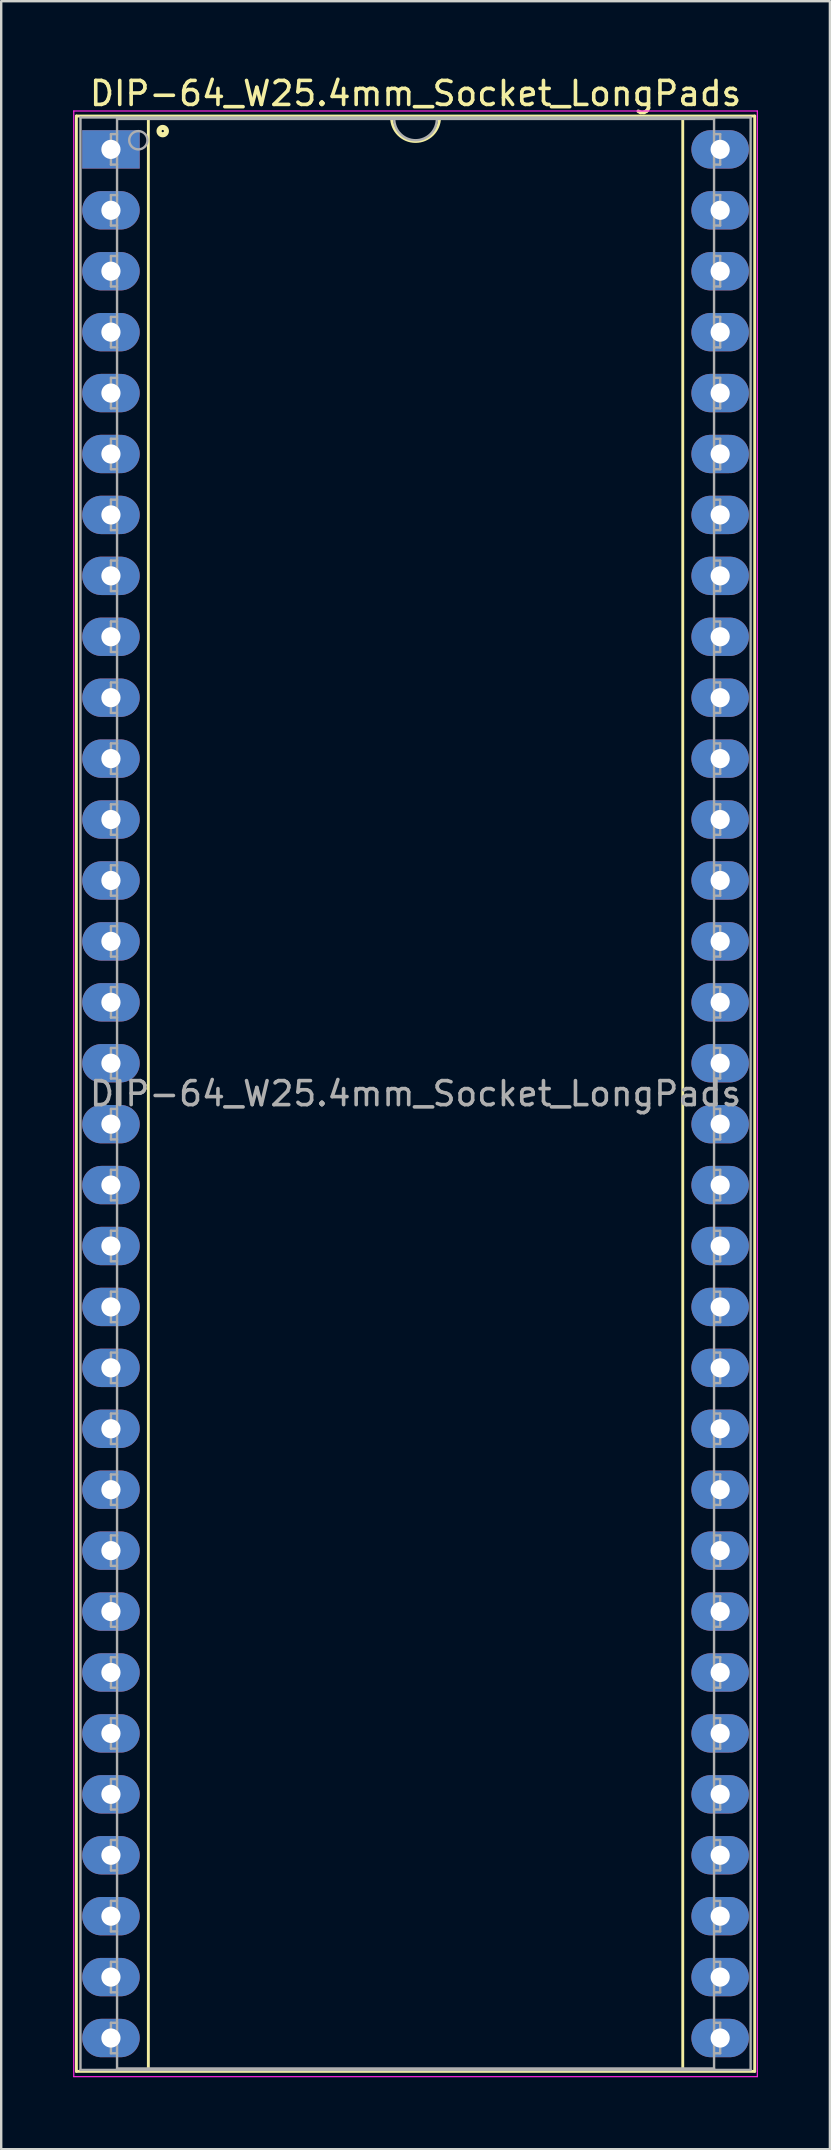
<source format=kicad_pcb>
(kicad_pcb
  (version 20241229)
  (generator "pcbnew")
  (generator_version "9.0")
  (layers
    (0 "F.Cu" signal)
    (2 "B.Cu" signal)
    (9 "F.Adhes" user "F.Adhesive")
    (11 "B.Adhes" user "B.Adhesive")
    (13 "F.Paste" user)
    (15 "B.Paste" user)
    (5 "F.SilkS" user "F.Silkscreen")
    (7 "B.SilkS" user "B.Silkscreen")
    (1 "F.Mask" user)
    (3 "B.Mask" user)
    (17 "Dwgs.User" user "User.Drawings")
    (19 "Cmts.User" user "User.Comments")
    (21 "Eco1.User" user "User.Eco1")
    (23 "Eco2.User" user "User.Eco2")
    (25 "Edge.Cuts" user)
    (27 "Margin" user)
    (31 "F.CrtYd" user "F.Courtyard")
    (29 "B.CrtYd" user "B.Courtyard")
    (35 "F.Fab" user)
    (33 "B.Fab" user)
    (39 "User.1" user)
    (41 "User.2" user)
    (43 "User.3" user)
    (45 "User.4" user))
  (footprint "DIP-64_W25.4mm_Socket_LongPads"
    (layer "F.Cu")
    (at 1.575 3.178)
    (property "Reference" "DIP-64_W25.4mm_Socket_LongPads" (at 12.7 -2.33 0) (layer "F.SilkS") (effects (font (size 1 1) (thickness 0.15))))
    (attr through_hole)
    (fp_line (start -1.44 -1.39) (end -1.44 80.13) (stroke (width 0.12) (type solid)) (layer "F.SilkS"))
    (fp_line (start -1.44 80.13) (end 26.84 80.13) (stroke (width 0.12) (type solid)) (layer "F.SilkS"))
    (fp_line (start 1.56 -1.33) (end 1.56 80.07) (stroke (width 0.12) (type solid)) (layer "F.SilkS"))
    (fp_line (start 1.56 80.07) (end 23.84 80.07) (stroke (width 0.12) (type solid)) (layer "F.SilkS"))
    (fp_line (start 11.7 -1.33) (end 1.56 -1.33) (stroke (width 0.12) (type solid)) (layer "F.SilkS"))
    (fp_line (start 23.84 -1.33) (end 13.7 -1.33) (stroke (width 0.12) (type solid)) (layer "F.SilkS"))
    (fp_line (start 23.84 80.07) (end 23.84 -1.33) (stroke (width 0.12) (type solid)) (layer "F.SilkS"))
    (fp_line (start 26.84 -1.39) (end -1.44 -1.39) (stroke (width 0.12) (type solid)) (layer "F.SilkS"))
    (fp_line (start 26.84 80.13) (end 26.84 -1.39) (stroke (width 0.12) (type solid)) (layer "F.SilkS"))
    (fp_arc (start 13.7 -1.33) (mid 12.7 -0.33) (end 11.7 -1.33) (stroke (width 0.12) (type solid)) (layer "F.SilkS"))
    (fp_circle (center 2.159 -0.762) (end 2.209 -0.762) (stroke (width 0.12) (type solid)) (fill no) (layer "F.SilkS"))
    (fp_circle (center 2.159 -0.762) (end 2.284 -0.762) (stroke (width 0.12) (type solid)) (fill no) (layer "F.SilkS"))
    (fp_circle (center 2.159 -0.762) (end 2.359 -0.762) (stroke (width 0.12) (type solid)) (fill no) (layer "F.SilkS"))
    (fp_line (start -1.55 -1.6) (end -1.55 80.35) (stroke (width 0.05) (type solid)) (layer "F.CrtYd"))
    (fp_line (start -1.55 80.35) (end 26.95 80.35) (stroke (width 0.05) (type solid)) (layer "F.CrtYd"))
    (fp_line (start 26.95 -1.6) (end -1.55 -1.6) (stroke (width 0.05) (type solid)) (layer "F.CrtYd"))
    (fp_line (start 26.95 80.35) (end 26.95 -1.6) (stroke (width 0.05) (type solid)) (layer "F.CrtYd"))
    (fp_line (start -1.27 -1.33) (end -1.27 80.07) (stroke (width 0.1) (type solid)) (layer "F.Fab"))
    (fp_line (start -1.27 80.07) (end 26.67 80.07) (stroke (width 0.1) (type solid)) (layer "F.Fab"))
    (fp_line (start 0 -0.635) (end 0 0.635) (stroke (width 0.1) (type solid)) (layer "F.Fab"))
    (fp_line (start 0 -0.635) (end 0.254 -0.635) (stroke (width 0.1) (type solid)) (layer "F.Fab"))
    (fp_line (start 0 0.635) (end 0.254 0.635) (stroke (width 0.1) (type solid)) (layer "F.Fab"))
    (fp_line (start 0 1.905) (end 0 3.175) (stroke (width 0.1) (type solid)) (layer "F.Fab"))
    (fp_line (start 0 1.905) (end 0.254 1.905) (stroke (width 0.1) (type solid)) (layer "F.Fab"))
    (fp_line (start 0 3.175) (end 0.254 3.175) (stroke (width 0.1) (type solid)) (layer "F.Fab"))
    (fp_line (start 0 4.445) (end 0 5.715) (stroke (width 0.1) (type solid)) (layer "F.Fab"))
    (fp_line (start 0 4.445) (end 0.254 4.445) (stroke (width 0.1) (type solid)) (layer "F.Fab"))
    (fp_line (start 0 5.715) (end 0.254 5.715) (stroke (width 0.1) (type solid)) (layer "F.Fab"))
    (fp_line (start 0 6.985) (end 0 8.255) (stroke (width 0.1) (type solid)) (layer "F.Fab"))
    (fp_line (start 0 6.985) (end 0.254 6.985) (stroke (width 0.1) (type solid)) (layer "F.Fab"))
    (fp_line (start 0 8.255) (end 0.254 8.255) (stroke (width 0.1) (type solid)) (layer "F.Fab"))
    (fp_line (start 0 9.525) (end 0 10.795) (stroke (width 0.1) (type solid)) (layer "F.Fab"))
    (fp_line (start 0 9.525) (end 0.254 9.525) (stroke (width 0.1) (type solid)) (layer "F.Fab"))
    (fp_line (start 0 10.795) (end 0.254 10.795) (stroke (width 0.1) (type solid)) (layer "F.Fab"))
    (fp_line (start 0 12.065) (end 0 13.335) (stroke (width 0.1) (type solid)) (layer "F.Fab"))
    (fp_line (start 0 12.065) (end 0.254 12.065) (stroke (width 0.1) (type solid)) (layer "F.Fab"))
    (fp_line (start 0 13.335) (end 0.254 13.335) (stroke (width 0.1) (type solid)) (layer "F.Fab"))
    (fp_line (start 0 14.605) (end 0 15.875) (stroke (width 0.1) (type solid)) (layer "F.Fab"))
    (fp_line (start 0 14.605) (end 0.254 14.605) (stroke (width 0.1) (type solid)) (layer "F.Fab"))
    (fp_line (start 0 15.875) (end 0.254 15.875) (stroke (width 0.1) (type solid)) (layer "F.Fab"))
    (fp_line (start 0 17.145) (end 0 18.415) (stroke (width 0.1) (type solid)) (layer "F.Fab"))
    (fp_line (start 0 17.145) (end 0.254 17.145) (stroke (width 0.1) (type solid)) (layer "F.Fab"))
    (fp_line (start 0 18.415) (end 0.254 18.415) (stroke (width 0.1) (type solid)) (layer "F.Fab"))
    (fp_line (start 0 19.685) (end 0 20.955) (stroke (width 0.1) (type solid)) (layer "F.Fab"))
    (fp_line (start 0 19.685) (end 0.254 19.685) (stroke (width 0.1) (type solid)) (layer "F.Fab"))
    (fp_line (start 0 20.955) (end 0.254 20.955) (stroke (width 0.1) (type solid)) (layer "F.Fab"))
    (fp_line (start 0 22.225) (end 0 23.495) (stroke (width 0.1) (type solid)) (layer "F.Fab"))
    (fp_line (start 0 22.225) (end 0.254 22.225) (stroke (width 0.1) (type solid)) (layer "F.Fab"))
    (fp_line (start 0 23.495) (end 0.254 23.495) (stroke (width 0.1) (type solid)) (layer "F.Fab"))
    (fp_line (start 0 24.765) (end 0 26.035) (stroke (width 0.1) (type solid)) (layer "F.Fab"))
    (fp_line (start 0 24.765) (end 0.254 24.765) (stroke (width 0.1) (type solid)) (layer "F.Fab"))
    (fp_line (start 0 26.035) (end 0.254 26.035) (stroke (width 0.1) (type solid)) (layer "F.Fab"))
    (fp_line (start 0 27.305) (end 0 28.575) (stroke (width 0.1) (type solid)) (layer "F.Fab"))
    (fp_line (start 0 27.305) (end 0.254 27.305) (stroke (width 0.1) (type solid)) (layer "F.Fab"))
    (fp_line (start 0 28.575) (end 0.254 28.575) (stroke (width 0.1) (type solid)) (layer "F.Fab"))
    (fp_line (start 0 29.845) (end 0 31.115) (stroke (width 0.1) (type solid)) (layer "F.Fab"))
    (fp_line (start 0 29.845) (end 0.254 29.845) (stroke (width 0.1) (type solid)) (layer "F.Fab"))
    (fp_line (start 0 31.115) (end 0.254 31.115) (stroke (width 0.1) (type solid)) (layer "F.Fab"))
    (fp_line (start 0 32.385) (end 0 33.655) (stroke (width 0.1) (type solid)) (layer "F.Fab"))
    (fp_line (start 0 32.385) (end 0.254 32.385) (stroke (width 0.1) (type solid)) (layer "F.Fab"))
    (fp_line (start 0 33.655) (end 0.254 33.655) (stroke (width 0.1) (type solid)) (layer "F.Fab"))
    (fp_line (start 0 34.925) (end 0 36.195) (stroke (width 0.1) (type solid)) (layer "F.Fab"))
    (fp_line (start 0 34.925) (end 0.254 34.925) (stroke (width 0.1) (type solid)) (layer "F.Fab"))
    (fp_line (start 0 36.195) (end 0.254 36.195) (stroke (width 0.1) (type solid)) (layer "F.Fab"))
    (fp_line (start 0 37.465) (end 0 38.735) (stroke (width 0.1) (type solid)) (layer "F.Fab"))
    (fp_line (start 0 37.465) (end 0.254 37.465) (stroke (width 0.1) (type solid)) (layer "F.Fab"))
    (fp_line (start 0 38.735) (end 0.254 38.735) (stroke (width 0.1) (type solid)) (layer "F.Fab"))
    (fp_line (start 0 40.005) (end 0 41.275) (stroke (width 0.1) (type solid)) (layer "F.Fab"))
    (fp_line (start 0 40.005) (end 0.254 40.005) (stroke (width 0.1) (type solid)) (layer "F.Fab"))
    (fp_line (start 0 41.275) (end 0.254 41.275) (stroke (width 0.1) (type solid)) (layer "F.Fab"))
    (fp_line (start 0 42.545) (end 0 43.815) (stroke (width 0.1) (type solid)) (layer "F.Fab"))
    (fp_line (start 0 42.545) (end 0.254 42.545) (stroke (width 0.1) (type solid)) (layer "F.Fab"))
    (fp_line (start 0 43.815) (end 0.254 43.815) (stroke (width 0.1) (type solid)) (layer "F.Fab"))
    (fp_line (start 0 45.085) (end 0 46.355) (stroke (width 0.1) (type solid)) (layer "F.Fab"))
    (fp_line (start 0 45.085) (end 0.254 45.085) (stroke (width 0.1) (type solid)) (layer "F.Fab"))
    (fp_line (start 0 46.355) (end 0.254 46.355) (stroke (width 0.1) (type solid)) (layer "F.Fab"))
    (fp_line (start 0 47.625) (end 0 48.895) (stroke (width 0.1) (type solid)) (layer "F.Fab"))
    (fp_line (start 0 47.625) (end 0.254 47.625) (stroke (width 0.1) (type solid)) (layer "F.Fab"))
    (fp_line (start 0 48.895) (end 0.254 48.895) (stroke (width 0.1) (type solid)) (layer "F.Fab"))
    (fp_line (start 0 50.165) (end 0 51.435) (stroke (width 0.1) (type solid)) (layer "F.Fab"))
    (fp_line (start 0 50.165) (end 0.254 50.165) (stroke (width 0.1) (type solid)) (layer "F.Fab"))
    (fp_line (start 0 51.435) (end 0.254 51.435) (stroke (width 0.1) (type solid)) (layer "F.Fab"))
    (fp_line (start 0 52.705) (end 0 53.975) (stroke (width 0.1) (type solid)) (layer "F.Fab"))
    (fp_line (start 0 52.705) (end 0.254 52.705) (stroke (width 0.1) (type solid)) (layer "F.Fab"))
    (fp_line (start 0 53.975) (end 0.254 53.975) (stroke (width 0.1) (type solid)) (layer "F.Fab"))
    (fp_line (start 0 55.245) (end 0 56.515) (stroke (width 0.1) (type solid)) (layer "F.Fab"))
    (fp_line (start 0 55.245) (end 0.254 55.245) (stroke (width 0.1) (type solid)) (layer "F.Fab"))
    (fp_line (start 0 56.515) (end 0.254 56.515) (stroke (width 0.1) (type solid)) (layer "F.Fab"))
    (fp_line (start 0 57.785) (end 0 59.055) (stroke (width 0.1) (type solid)) (layer "F.Fab"))
    (fp_line (start 0 57.785) (end 0.254 57.785) (stroke (width 0.1) (type solid)) (layer "F.Fab"))
    (fp_line (start 0 59.055) (end 0.254 59.055) (stroke (width 0.1) (type solid)) (layer "F.Fab"))
    (fp_line (start 0 60.325) (end 0 61.595) (stroke (width 0.1) (type solid)) (layer "F.Fab"))
    (fp_line (start 0 60.325) (end 0.254 60.325) (stroke (width 0.1) (type solid)) (layer "F.Fab"))
    (fp_line (start 0 61.595) (end 0.254 61.595) (stroke (width 0.1) (type solid)) (layer "F.Fab"))
    (fp_line (start 0 62.865) (end 0 64.135) (stroke (width 0.1) (type solid)) (layer "F.Fab"))
    (fp_line (start 0 62.865) (end 0.254 62.865) (stroke (width 0.1) (type solid)) (layer "F.Fab"))
    (fp_line (start 0 64.135) (end 0.254 64.135) (stroke (width 0.1) (type solid)) (layer "F.Fab"))
    (fp_line (start 0 65.405) (end 0 66.675) (stroke (width 0.1) (type solid)) (layer "F.Fab"))
    (fp_line (start 0 65.405) (end 0.254 65.405) (stroke (width 0.1) (type solid)) (layer "F.Fab"))
    (fp_line (start 0 66.675) (end 0.254 66.675) (stroke (width 0.1) (type solid)) (layer "F.Fab"))
    (fp_line (start 0 67.945) (end 0 69.215) (stroke (width 0.1) (type solid)) (layer "F.Fab"))
    (fp_line (start 0 67.945) (end 0.254 67.945) (stroke (width 0.1) (type solid)) (layer "F.Fab"))
    (fp_line (start 0 69.215) (end 0.254 69.215) (stroke (width 0.1) (type solid)) (layer "F.Fab"))
    (fp_line (start 0 70.485) (end 0 71.755) (stroke (width 0.1) (type solid)) (layer "F.Fab"))
    (fp_line (start 0 70.485) (end 0.254 70.485) (stroke (width 0.1) (type solid)) (layer "F.Fab"))
    (fp_line (start 0 71.755) (end 0.254 71.755) (stroke (width 0.1) (type solid)) (layer "F.Fab"))
    (fp_line (start 0 73.025) (end 0 74.295) (stroke (width 0.1) (type solid)) (layer "F.Fab"))
    (fp_line (start 0 73.025) (end 0.254 73.025) (stroke (width 0.1) (type solid)) (layer "F.Fab"))
    (fp_line (start 0 74.295) (end 0.254 74.295) (stroke (width 0.1) (type solid)) (layer "F.Fab"))
    (fp_line (start 0 75.565) (end 0 76.835) (stroke (width 0.1) (type solid)) (layer "F.Fab"))
    (fp_line (start 0 75.565) (end 0.254 75.565) (stroke (width 0.1) (type solid)) (layer "F.Fab"))
    (fp_line (start 0 76.835) (end 0.254 76.835) (stroke (width 0.1) (type solid)) (layer "F.Fab"))
    (fp_line (start 0 78.105) (end 0 79.375) (stroke (width 0.1) (type solid)) (layer "F.Fab"))
    (fp_line (start 0 78.105) (end 0.254 78.105) (stroke (width 0.1) (type solid)) (layer "F.Fab"))
    (fp_line (start 0 79.375) (end 0.254 79.375) (stroke (width 0.1) (type solid)) (layer "F.Fab"))
    (fp_line (start 0.255 -1.27) (end 25.145 -1.27) (stroke (width 0.1) (type solid)) (layer "F.Fab"))
    (fp_line (start 0.255 80.01) (end 0.255 -1.27) (stroke (width 0.1) (type solid)) (layer "F.Fab"))
    (fp_line (start 25.145 -1.27) (end 25.145 80.01) (stroke (width 0.1) (type solid)) (layer "F.Fab"))
    (fp_line (start 25.145 80.01) (end 0.255 80.01) (stroke (width 0.1) (type solid)) (layer "F.Fab"))
    (fp_line (start 25.4 -0.635) (end 25.146 -0.635) (stroke (width 0.1) (type solid)) (layer "F.Fab"))
    (fp_line (start 25.4 0.635) (end 25.146 0.635) (stroke (width 0.1) (type solid)) (layer "F.Fab"))
    (fp_line (start 25.4 0.635) (end 25.4 -0.635) (stroke (width 0.1) (type solid)) (layer "F.Fab"))
    (fp_line (start 25.4 1.905) (end 25.146 1.905) (stroke (width 0.1) (type solid)) (layer "F.Fab"))
    (fp_line (start 25.4 3.175) (end 25.146 3.175) (stroke (width 0.1) (type solid)) (layer "F.Fab"))
    (fp_line (start 25.4 3.175) (end 25.4 1.905) (stroke (width 0.1) (type solid)) (layer "F.Fab"))
    (fp_line (start 25.4 4.445) (end 25.146 4.445) (stroke (width 0.1) (type solid)) (layer "F.Fab"))
    (fp_line (start 25.4 5.715) (end 25.146 5.715) (stroke (width 0.1) (type solid)) (layer "F.Fab"))
    (fp_line (start 25.4 5.715) (end 25.4 4.445) (stroke (width 0.1) (type solid)) (layer "F.Fab"))
    (fp_line (start 25.4 6.985) (end 25.146 6.985) (stroke (width 0.1) (type solid)) (layer "F.Fab"))
    (fp_line (start 25.4 8.255) (end 25.146 8.255) (stroke (width 0.1) (type solid)) (layer "F.Fab"))
    (fp_line (start 25.4 8.255) (end 25.4 6.985) (stroke (width 0.1) (type solid)) (layer "F.Fab"))
    (fp_line (start 25.4 9.525) (end 25.146 9.525) (stroke (width 0.1) (type solid)) (layer "F.Fab"))
    (fp_line (start 25.4 10.795) (end 25.146 10.795) (stroke (width 0.1) (type solid)) (layer "F.Fab"))
    (fp_line (start 25.4 10.795) (end 25.4 9.525) (stroke (width 0.1) (type solid)) (layer "F.Fab"))
    (fp_line (start 25.4 12.065) (end 25.146 12.065) (stroke (width 0.1) (type solid)) (layer "F.Fab"))
    (fp_line (start 25.4 13.335) (end 25.146 13.335) (stroke (width 0.1) (type solid)) (layer "F.Fab"))
    (fp_line (start 25.4 13.335) (end 25.4 12.065) (stroke (width 0.1) (type solid)) (layer "F.Fab"))
    (fp_line (start 25.4 14.605) (end 25.146 14.605) (stroke (width 0.1) (type solid)) (layer "F.Fab"))
    (fp_line (start 25.4 15.875) (end 25.146 15.875) (stroke (width 0.1) (type solid)) (layer "F.Fab"))
    (fp_line (start 25.4 15.875) (end 25.4 14.605) (stroke (width 0.1) (type solid)) (layer "F.Fab"))
    (fp_line (start 25.4 17.145) (end 25.146 17.145) (stroke (width 0.1) (type solid)) (layer "F.Fab"))
    (fp_line (start 25.4 18.415) (end 25.146 18.415) (stroke (width 0.1) (type solid)) (layer "F.Fab"))
    (fp_line (start 25.4 18.415) (end 25.4 17.145) (stroke (width 0.1) (type solid)) (layer "F.Fab"))
    (fp_line (start 25.4 19.685) (end 25.146 19.685) (stroke (width 0.1) (type solid)) (layer "F.Fab"))
    (fp_line (start 25.4 20.955) (end 25.146 20.955) (stroke (width 0.1) (type solid)) (layer "F.Fab"))
    (fp_line (start 25.4 20.955) (end 25.4 19.685) (stroke (width 0.1) (type solid)) (layer "F.Fab"))
    (fp_line (start 25.4 22.225) (end 25.146 22.225) (stroke (width 0.1) (type solid)) (layer "F.Fab"))
    (fp_line (start 25.4 23.495) (end 25.146 23.495) (stroke (width 0.1) (type solid)) (layer "F.Fab"))
    (fp_line (start 25.4 23.495) (end 25.4 22.225) (stroke (width 0.1) (type solid)) (layer "F.Fab"))
    (fp_line (start 25.4 24.765) (end 25.146 24.765) (stroke (width 0.1) (type solid)) (layer "F.Fab"))
    (fp_line (start 25.4 26.035) (end 25.146 26.035) (stroke (width 0.1) (type solid)) (layer "F.Fab"))
    (fp_line (start 25.4 26.035) (end 25.4 24.765) (stroke (width 0.1) (type solid)) (layer "F.Fab"))
    (fp_line (start 25.4 27.305) (end 25.146 27.305) (stroke (width 0.1) (type solid)) (layer "F.Fab"))
    (fp_line (start 25.4 28.575) (end 25.146 28.575) (stroke (width 0.1) (type solid)) (layer "F.Fab"))
    (fp_line (start 25.4 28.575) (end 25.4 27.305) (stroke (width 0.1) (type solid)) (layer "F.Fab"))
    (fp_line (start 25.4 29.845) (end 25.146 29.845) (stroke (width 0.1) (type solid)) (layer "F.Fab"))
    (fp_line (start 25.4 31.115) (end 25.146 31.115) (stroke (width 0.1) (type solid)) (layer "F.Fab"))
    (fp_line (start 25.4 31.115) (end 25.4 29.845) (stroke (width 0.1) (type solid)) (layer "F.Fab"))
    (fp_line (start 25.4 32.385) (end 25.146 32.385) (stroke (width 0.1) (type solid)) (layer "F.Fab"))
    (fp_line (start 25.4 33.655) (end 25.146 33.655) (stroke (width 0.1) (type solid)) (layer "F.Fab"))
    (fp_line (start 25.4 33.655) (end 25.4 32.385) (stroke (width 0.1) (type solid)) (layer "F.Fab"))
    (fp_line (start 25.4 34.925) (end 25.146 34.925) (stroke (width 0.1) (type solid)) (layer "F.Fab"))
    (fp_line (start 25.4 36.195) (end 25.146 36.195) (stroke (width 0.1) (type solid)) (layer "F.Fab"))
    (fp_line (start 25.4 36.195) (end 25.4 34.925) (stroke (width 0.1) (type solid)) (layer "F.Fab"))
    (fp_line (start 25.4 37.465) (end 25.146 37.465) (stroke (width 0.1) (type solid)) (layer "F.Fab"))
    (fp_line (start 25.4 38.735) (end 25.146 38.735) (stroke (width 0.1) (type solid)) (layer "F.Fab"))
    (fp_line (start 25.4 38.735) (end 25.4 37.465) (stroke (width 0.1) (type solid)) (layer "F.Fab"))
    (fp_line (start 25.4 40.005) (end 25.146 40.005) (stroke (width 0.1) (type solid)) (layer "F.Fab"))
    (fp_line (start 25.4 41.275) (end 25.146 41.275) (stroke (width 0.1) (type solid)) (layer "F.Fab"))
    (fp_line (start 25.4 41.275) (end 25.4 40.005) (stroke (width 0.1) (type solid)) (layer "F.Fab"))
    (fp_line (start 25.4 42.545) (end 25.146 42.545) (stroke (width 0.1) (type solid)) (layer "F.Fab"))
    (fp_line (start 25.4 43.815) (end 25.146 43.815) (stroke (width 0.1) (type solid)) (layer "F.Fab"))
    (fp_line (start 25.4 43.815) (end 25.4 42.545) (stroke (width 0.1) (type solid)) (layer "F.Fab"))
    (fp_line (start 25.4 45.085) (end 25.146 45.085) (stroke (width 0.1) (type solid)) (layer "F.Fab"))
    (fp_line (start 25.4 46.355) (end 25.146 46.355) (stroke (width 0.1) (type solid)) (layer "F.Fab"))
    (fp_line (start 25.4 46.355) (end 25.4 45.085) (stroke (width 0.1) (type solid)) (layer "F.Fab"))
    (fp_line (start 25.4 47.625) (end 25.146 47.625) (stroke (width 0.1) (type solid)) (layer "F.Fab"))
    (fp_line (start 25.4 48.895) (end 25.146 48.895) (stroke (width 0.1) (type solid)) (layer "F.Fab"))
    (fp_line (start 25.4 48.895) (end 25.4 47.625) (stroke (width 0.1) (type solid)) (layer "F.Fab"))
    (fp_line (start 25.4 50.165) (end 25.146 50.165) (stroke (width 0.1) (type solid)) (layer "F.Fab"))
    (fp_line (start 25.4 51.435) (end 25.146 51.435) (stroke (width 0.1) (type solid)) (layer "F.Fab"))
    (fp_line (start 25.4 51.435) (end 25.4 50.165) (stroke (width 0.1) (type solid)) (layer "F.Fab"))
    (fp_line (start 25.4 52.705) (end 25.146 52.705) (stroke (width 0.1) (type solid)) (layer "F.Fab"))
    (fp_line (start 25.4 53.975) (end 25.146 53.975) (stroke (width 0.1) (type solid)) (layer "F.Fab"))
    (fp_line (start 25.4 53.975) (end 25.4 52.705) (stroke (width 0.1) (type solid)) (layer "F.Fab"))
    (fp_line (start 25.4 55.245) (end 25.146 55.245) (stroke (width 0.1) (type solid)) (layer "F.Fab"))
    (fp_line (start 25.4 56.515) (end 25.146 56.515) (stroke (width 0.1) (type solid)) (layer "F.Fab"))
    (fp_line (start 25.4 56.515) (end 25.4 55.245) (stroke (width 0.1) (type solid)) (layer "F.Fab"))
    (fp_line (start 25.4 57.785) (end 25.146 57.785) (stroke (width 0.1) (type solid)) (layer "F.Fab"))
    (fp_line (start 25.4 59.055) (end 25.146 59.055) (stroke (width 0.1) (type solid)) (layer "F.Fab"))
    (fp_line (start 25.4 59.055) (end 25.4 57.785) (stroke (width 0.1) (type solid)) (layer "F.Fab"))
    (fp_line (start 25.4 60.325) (end 25.146 60.325) (stroke (width 0.1) (type solid)) (layer "F.Fab"))
    (fp_line (start 25.4 61.595) (end 25.146 61.595) (stroke (width 0.1) (type solid)) (layer "F.Fab"))
    (fp_line (start 25.4 61.595) (end 25.4 60.325) (stroke (width 0.1) (type solid)) (layer "F.Fab"))
    (fp_line (start 25.4 62.865) (end 25.146 62.865) (stroke (width 0.1) (type solid)) (layer "F.Fab"))
    (fp_line (start 25.4 64.135) (end 25.146 64.135) (stroke (width 0.1) (type solid)) (layer "F.Fab"))
    (fp_line (start 25.4 64.135) (end 25.4 62.865) (stroke (width 0.1) (type solid)) (layer "F.Fab"))
    (fp_line (start 25.4 65.405) (end 25.146 65.405) (stroke (width 0.1) (type solid)) (layer "F.Fab"))
    (fp_line (start 25.4 66.675) (end 25.146 66.675) (stroke (width 0.1) (type solid)) (layer "F.Fab"))
    (fp_line (start 25.4 66.675) (end 25.4 65.405) (stroke (width 0.1) (type solid)) (layer "F.Fab"))
    (fp_line (start 25.4 67.945) (end 25.146 67.945) (stroke (width 0.1) (type solid)) (layer "F.Fab"))
    (fp_line (start 25.4 69.215) (end 25.146 69.215) (stroke (width 0.1) (type solid)) (layer "F.Fab"))
    (fp_line (start 25.4 69.215) (end 25.4 67.945) (stroke (width 0.1) (type solid)) (layer "F.Fab"))
    (fp_line (start 25.4 70.485) (end 25.146 70.485) (stroke (width 0.1) (type solid)) (layer "F.Fab"))
    (fp_line (start 25.4 71.755) (end 25.146 71.755) (stroke (width 0.1) (type solid)) (layer "F.Fab"))
    (fp_line (start 25.4 71.755) (end 25.4 70.485) (stroke (width 0.1) (type solid)) (layer "F.Fab"))
    (fp_line (start 25.4 73.025) (end 25.146 73.025) (stroke (width 0.1) (type solid)) (layer "F.Fab"))
    (fp_line (start 25.4 74.295) (end 25.146 74.295) (stroke (width 0.1) (type solid)) (layer "F.Fab"))
    (fp_line (start 25.4 74.295) (end 25.4 73.025) (stroke (width 0.1) (type solid)) (layer "F.Fab"))
    (fp_line (start 25.4 75.565) (end 25.146 75.565) (stroke (width 0.1) (type solid)) (layer "F.Fab"))
    (fp_line (start 25.4 76.835) (end 25.146 76.835) (stroke (width 0.1) (type solid)) (layer "F.Fab"))
    (fp_line (start 25.4 76.835) (end 25.4 75.565) (stroke (width 0.1) (type solid)) (layer "F.Fab"))
    (fp_line (start 25.4 78.105) (end 25.146 78.105) (stroke (width 0.1) (type solid)) (layer "F.Fab"))
    (fp_line (start 25.4 79.375) (end 25.146 79.375) (stroke (width 0.1) (type solid)) (layer "F.Fab"))
    (fp_line (start 25.4 79.375) (end 25.4 78.105) (stroke (width 0.1) (type solid)) (layer "F.Fab"))
    (fp_line (start 26.67 -1.33) (end -1.27 -1.33) (stroke (width 0.1) (type solid)) (layer "F.Fab"))
    (fp_line (start 26.67 80.07) (end 26.67 -1.33) (stroke (width 0.1) (type solid)) (layer "F.Fab"))
    (fp_arc (start 13.589 -1.27) (mid 12.7 -0.381) (end 11.811 -1.27) (stroke (width 0.1) (type solid)) (layer "F.Fab"))
    (fp_circle (center 1.143 -0.381) (end 1.524 -0.381) (stroke (width 0.1) (type solid)) (fill no) (layer "F.Fab"))
    (fp_text user "${REFERENCE}" (at 12.7 39.37 0) (layer "F.Fab") (effects (font (size 1 1) (thickness 0.15))))
    (pad "1" thru_hole rect (at 0 0) (size 2.4 1.6) (drill 0.8) (layers "*.Cu" "*.Mask"))
    (pad "2" thru_hole oval (at 0 2.54) (size 2.4 1.6) (drill 0.8) (layers "*.Cu" "*.Mask"))
    (pad "3" thru_hole oval (at 0 5.08) (size 2.4 1.6) (drill 0.8) (layers "*.Cu" "*.Mask"))
    (pad "4" thru_hole oval (at 0 7.62) (size 2.4 1.6) (drill 0.8) (layers "*.Cu" "*.Mask"))
    (pad "5" thru_hole oval (at 0 10.16) (size 2.4 1.6) (drill 0.8) (layers "*.Cu" "*.Mask"))
    (pad "6" thru_hole oval (at 0 12.7) (size 2.4 1.6) (drill 0.8) (layers "*.Cu" "*.Mask"))
    (pad "7" thru_hole oval (at 0 15.24) (size 2.4 1.6) (drill 0.8) (layers "*.Cu" "*.Mask"))
    (pad "8" thru_hole oval (at 0 17.78) (size 2.4 1.6) (drill 0.8) (layers "*.Cu" "*.Mask"))
    (pad "9" thru_hole oval (at 0 20.32) (size 2.4 1.6) (drill 0.8) (layers "*.Cu" "*.Mask"))
    (pad "10" thru_hole oval (at 0 22.86) (size 2.4 1.6) (drill 0.8) (layers "*.Cu" "*.Mask"))
    (pad "11" thru_hole oval (at 0 25.4) (size 2.4 1.6) (drill 0.8) (layers "*.Cu" "*.Mask"))
    (pad "12" thru_hole oval (at 0 27.94) (size 2.4 1.6) (drill 0.8) (layers "*.Cu" "*.Mask"))
    (pad "13" thru_hole oval (at 0 30.48) (size 2.4 1.6) (drill 0.8) (layers "*.Cu" "*.Mask"))
    (pad "14" thru_hole oval (at 0 33.02) (size 2.4 1.6) (drill 0.8) (layers "*.Cu" "*.Mask"))
    (pad "15" thru_hole oval (at 0 35.56) (size 2.4 1.6) (drill 0.8) (layers "*.Cu" "*.Mask"))
    (pad "16" thru_hole oval (at 0 38.1) (size 2.4 1.6) (drill 0.8) (layers "*.Cu" "*.Mask"))
    (pad "17" thru_hole oval (at 0 40.64) (size 2.4 1.6) (drill 0.8) (layers "*.Cu" "*.Mask"))
    (pad "18" thru_hole oval (at 0 43.18) (size 2.4 1.6) (drill 0.8) (layers "*.Cu" "*.Mask"))
    (pad "19" thru_hole oval (at 0 45.72) (size 2.4 1.6) (drill 0.8) (layers "*.Cu" "*.Mask"))
    (pad "20" thru_hole oval (at 0 48.26) (size 2.4 1.6) (drill 0.8) (layers "*.Cu" "*.Mask"))
    (pad "21" thru_hole oval (at 0 50.8) (size 2.4 1.6) (drill 0.8) (layers "*.Cu" "*.Mask"))
    (pad "22" thru_hole oval (at 0 53.34) (size 2.4 1.6) (drill 0.8) (layers "*.Cu" "*.Mask"))
    (pad "23" thru_hole oval (at 0 55.88) (size 2.4 1.6) (drill 0.8) (layers "*.Cu" "*.Mask"))
    (pad "24" thru_hole oval (at 0 58.42) (size 2.4 1.6) (drill 0.8) (layers "*.Cu" "*.Mask"))
    (pad "25" thru_hole oval (at 0 60.96) (size 2.4 1.6) (drill 0.8) (layers "*.Cu" "*.Mask"))
    (pad "26" thru_hole oval (at 0 63.5) (size 2.4 1.6) (drill 0.8) (layers "*.Cu" "*.Mask"))
    (pad "27" thru_hole oval (at 0 66.04) (size 2.4 1.6) (drill 0.8) (layers "*.Cu" "*.Mask"))
    (pad "28" thru_hole oval (at 0 68.58) (size 2.4 1.6) (drill 0.8) (layers "*.Cu" "*.Mask"))
    (pad "29" thru_hole oval (at 0 71.12) (size 2.4 1.6) (drill 0.8) (layers "*.Cu" "*.Mask"))
    (pad "30" thru_hole oval (at 0 73.66) (size 2.4 1.6) (drill 0.8) (layers "*.Cu" "*.Mask"))
    (pad "31" thru_hole oval (at 0 76.2) (size 2.4 1.6) (drill 0.8) (layers "*.Cu" "*.Mask"))
    (pad "32" thru_hole oval (at 0 78.74) (size 2.4 1.6) (drill 0.8) (layers "*.Cu" "*.Mask"))
    (pad "33" thru_hole oval (at 25.4 78.74) (size 2.4 1.6) (drill 0.8) (layers "*.Cu" "*.Mask"))
    (pad "34" thru_hole oval (at 25.4 76.2) (size 2.4 1.6) (drill 0.8) (layers "*.Cu" "*.Mask"))
    (pad "35" thru_hole oval (at 25.4 73.66) (size 2.4 1.6) (drill 0.8) (layers "*.Cu" "*.Mask"))
    (pad "36" thru_hole oval (at 25.4 71.12) (size 2.4 1.6) (drill 0.8) (layers "*.Cu" "*.Mask"))
    (pad "37" thru_hole oval (at 25.4 68.58) (size 2.4 1.6) (drill 0.8) (layers "*.Cu" "*.Mask"))
    (pad "38" thru_hole oval (at 25.4 66.04) (size 2.4 1.6) (drill 0.8) (layers "*.Cu" "*.Mask"))
    (pad "39" thru_hole oval (at 25.4 63.5) (size 2.4 1.6) (drill 0.8) (layers "*.Cu" "*.Mask"))
    (pad "40" thru_hole oval (at 25.4 60.96) (size 2.4 1.6) (drill 0.8) (layers "*.Cu" "*.Mask"))
    (pad "41" thru_hole oval (at 25.4 58.42) (size 2.4 1.6) (drill 0.8) (layers "*.Cu" "*.Mask"))
    (pad "42" thru_hole oval (at 25.4 55.88) (size 2.4 1.6) (drill 0.8) (layers "*.Cu" "*.Mask"))
    (pad "43" thru_hole oval (at 25.4 53.34) (size 2.4 1.6) (drill 0.8) (layers "*.Cu" "*.Mask"))
    (pad "44" thru_hole oval (at 25.4 50.8) (size 2.4 1.6) (drill 0.8) (layers "*.Cu" "*.Mask"))
    (pad "45" thru_hole oval (at 25.4 48.26) (size 2.4 1.6) (drill 0.8) (layers "*.Cu" "*.Mask"))
    (pad "46" thru_hole oval (at 25.4 45.72) (size 2.4 1.6) (drill 0.8) (layers "*.Cu" "*.Mask"))
    (pad "47" thru_hole oval (at 25.4 43.18) (size 2.4 1.6) (drill 0.8) (layers "*.Cu" "*.Mask"))
    (pad "48" thru_hole oval (at 25.4 40.64) (size 2.4 1.6) (drill 0.8) (layers "*.Cu" "*.Mask"))
    (pad "49" thru_hole oval (at 25.4 38.1) (size 2.4 1.6) (drill 0.8) (layers "*.Cu" "*.Mask"))
    (pad "50" thru_hole oval (at 25.4 35.56) (size 2.4 1.6) (drill 0.8) (layers "*.Cu" "*.Mask"))
    (pad "51" thru_hole oval (at 25.4 33.02) (size 2.4 1.6) (drill 0.8) (layers "*.Cu" "*.Mask"))
    (pad "52" thru_hole oval (at 25.4 30.48) (size 2.4 1.6) (drill 0.8) (layers "*.Cu" "*.Mask"))
    (pad "53" thru_hole oval (at 25.4 27.94) (size 2.4 1.6) (drill 0.8) (layers "*.Cu" "*.Mask"))
    (pad "54" thru_hole oval (at 25.4 25.4) (size 2.4 1.6) (drill 0.8) (layers "*.Cu" "*.Mask"))
    (pad "55" thru_hole oval (at 25.4 22.86) (size 2.4 1.6) (drill 0.8) (layers "*.Cu" "*.Mask"))
    (pad "56" thru_hole oval (at 25.4 20.32) (size 2.4 1.6) (drill 0.8) (layers "*.Cu" "*.Mask"))
    (pad "57" thru_hole oval (at 25.4 17.78) (size 2.4 1.6) (drill 0.8) (layers "*.Cu" "*.Mask"))
    (pad "58" thru_hole oval (at 25.4 15.24) (size 2.4 1.6) (drill 0.8) (layers "*.Cu" "*.Mask"))
    (pad "59" thru_hole oval (at 25.4 12.7) (size 2.4 1.6) (drill 0.8) (layers "*.Cu" "*.Mask"))
    (pad "60" thru_hole oval (at 25.4 10.16) (size 2.4 1.6) (drill 0.8) (layers "*.Cu" "*.Mask"))
    (pad "61" thru_hole oval (at 25.4 7.62) (size 2.4 1.6) (drill 0.8) (layers "*.Cu" "*.Mask"))
    (pad "62" thru_hole oval (at 25.4 5.08) (size 2.4 1.6) (drill 0.8) (layers "*.Cu" "*.Mask"))
    (pad "63" thru_hole oval (at 25.4 2.54) (size 2.4 1.6) (drill 0.8) (layers "*.Cu" "*.Mask"))
    (pad "64" thru_hole oval (at 25.4 0) (size 2.4 1.6) (drill 0.8) (layers "*.Cu" "*.Mask")))
  (gr_rect
    (start -3 -3)
    (end 31.55 86.553)
    (stroke (width 0.1) (type default))
    (fill no)
    (layer "Edge.Cuts")))
</source>
